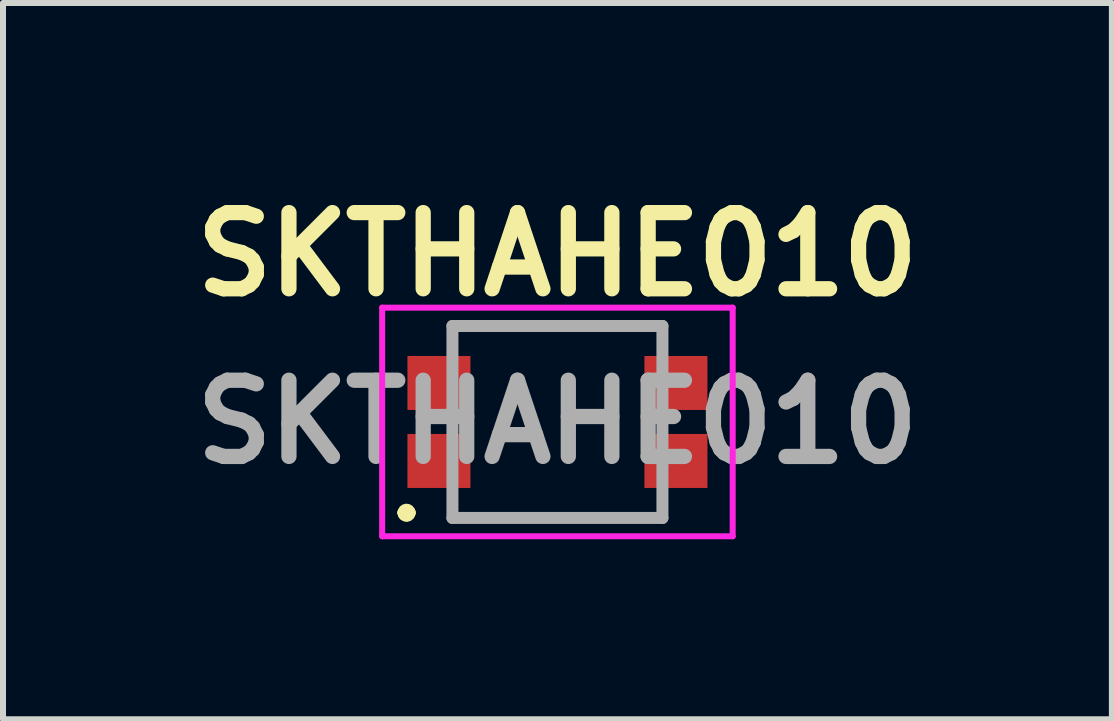
<source format=kicad_pcb>
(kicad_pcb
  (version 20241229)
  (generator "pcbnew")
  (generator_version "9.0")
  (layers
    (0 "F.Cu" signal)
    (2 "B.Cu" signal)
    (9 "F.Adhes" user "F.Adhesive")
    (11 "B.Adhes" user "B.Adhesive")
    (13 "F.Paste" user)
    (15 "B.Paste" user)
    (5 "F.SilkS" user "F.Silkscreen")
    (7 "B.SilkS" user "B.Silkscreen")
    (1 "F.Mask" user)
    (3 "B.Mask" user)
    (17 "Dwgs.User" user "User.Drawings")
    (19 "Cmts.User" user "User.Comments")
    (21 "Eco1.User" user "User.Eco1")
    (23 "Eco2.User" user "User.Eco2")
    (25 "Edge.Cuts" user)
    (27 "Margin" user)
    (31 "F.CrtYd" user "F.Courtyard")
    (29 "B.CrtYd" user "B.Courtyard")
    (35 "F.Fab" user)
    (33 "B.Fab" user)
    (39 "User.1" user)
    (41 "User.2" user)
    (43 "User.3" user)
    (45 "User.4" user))
  (footprint "SKTHAHE010"
    (layer "F.Cu")
    (at 6.241 3.983)
    (property "Reference" "SKTHAHE010" (at 0 -2.794 0) (layer "F.SilkS") (effects (font (size 1.27 1.27) (thickness 0.254))))
    (attr smd)
    (fp_line (start -2.565 1.512) (end -2.565 1.512) (stroke (width 0.2) (type solid)) (layer "F.SilkS"))
    (fp_line (start -2.565 1.512) (end -2.565 1.512) (stroke (width 0.2) (type solid)) (layer "F.SilkS"))
    (fp_line (start -2.465 1.512) (end -2.465 1.512) (stroke (width 0.2) (type solid)) (layer "F.SilkS"))
    (fp_line (start -1.75 -1.6) (end -1.75 -1.6) (stroke (width 0.1) (type solid)) (layer "F.SilkS"))
    (fp_line (start -1.75 -1.6) (end 1.75 -1.6) (stroke (width 0.1) (type solid)) (layer "F.SilkS"))
    (fp_line (start -1.75 1.6) (end -1.75 1.6) (stroke (width 0.1) (type solid)) (layer "F.SilkS"))
    (fp_line (start -1.75 1.6) (end 1.75 1.6) (stroke (width 0.1) (type solid)) (layer "F.SilkS"))
    (fp_line (start 1.75 -1.6) (end -1.75 -1.6) (stroke (width 0.1) (type solid)) (layer "F.SilkS"))
    (fp_line (start 1.75 -1.6) (end 1.75 -1.6) (stroke (width 0.1) (type solid)) (layer "F.SilkS"))
    (fp_line (start 1.75 1.6) (end -1.75 1.6) (stroke (width 0.1) (type solid)) (layer "F.SilkS"))
    (fp_line (start 1.75 1.6) (end 1.75 1.6) (stroke (width 0.1) (type solid)) (layer "F.SilkS"))
    (fp_arc (start -2.565 1.512) (mid -2.515 1.462) (end -2.465 1.512) (stroke (width 0.2) (type solid)) (layer "F.SilkS"))
    (fp_arc (start -2.465 1.512) (mid -2.515 1.562) (end -2.565 1.512) (stroke (width 0.2) (type solid)) (layer "F.SilkS"))
    (fp_arc (start -2.465 1.512) (mid -2.515 1.562) (end -2.565 1.512) (stroke (width 0.2) (type solid)) (layer "F.SilkS"))
    (fp_line (start -2.921 -1.905) (end 2.921 -1.905) (stroke (width 0.1) (type solid)) (layer "F.CrtYd"))
    (fp_line (start -2.921 1.905) (end -2.921 -1.905) (stroke (width 0.1) (type solid)) (layer "F.CrtYd"))
    (fp_line (start 2.921 -1.905) (end 2.921 1.905) (stroke (width 0.1) (type solid)) (layer "F.CrtYd"))
    (fp_line (start 2.921 1.905) (end -2.921 1.905) (stroke (width 0.1) (type solid)) (layer "F.CrtYd"))
    (fp_line (start -1.75 -1.6) (end -1.75 1.6) (stroke (width 0.2) (type solid)) (layer "F.Fab"))
    (fp_line (start -1.75 1.6) (end 1.75 1.6) (stroke (width 0.2) (type solid)) (layer "F.Fab"))
    (fp_line (start 1.75 -1.6) (end -1.75 -1.6) (stroke (width 0.2) (type solid)) (layer "F.Fab"))
    (fp_line (start 1.75 1.6) (end 1.75 -1.6) (stroke (width 0.2) (type solid)) (layer "F.Fab"))
    (fp_text user "${REFERENCE}" (at 0 0 0) (layer "F.Fab") (effects (font (size 1.27 1.27) (thickness 0.254))))
    (pad "1" smd rect (at -1.975 0.65 90) (size 0.9 1.05) (layers "F.Cu" "F.Mask" "F.Paste"))
    (pad "1" smd rect (at 1.975 0.65 90) (size 0.9 1.05) (layers "F.Cu" "F.Mask" "F.Paste"))
    (pad "2" smd rect (at -1.975 -0.65 90) (size 0.9 1.05) (layers "F.Cu" "F.Mask" "F.Paste"))
    (pad "2" smd rect (at 1.975 -0.65 90) (size 0.9 1.05) (layers "F.Cu" "F.Mask" "F.Paste")))
  (gr_rect
    (start -3 -3)
    (end 15.482 8.938)
    (stroke (width 0.1) (type default))
    (fill no)
    (layer "Edge.Cuts")))
</source>
